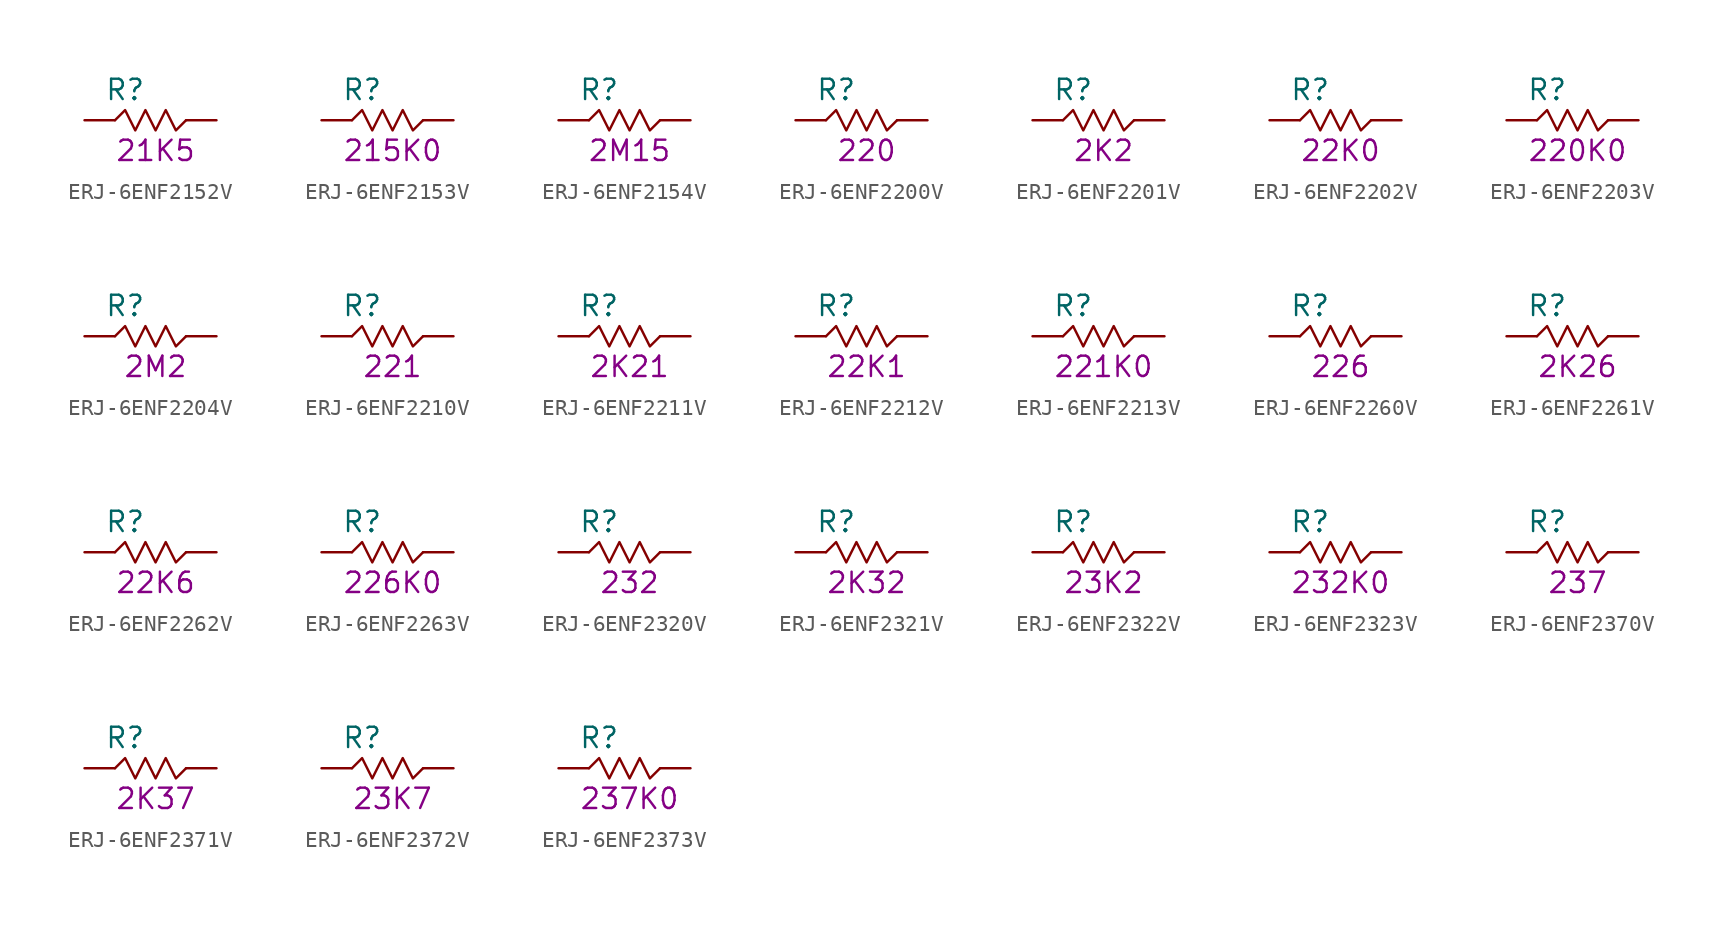
<source format=kicad_sym>
(kicad_symbol_lib
  (version 20211014)
  (generator KiCadLib_py)
  (symbol "ERJ-6ENF2152V"
    (pin_numbers hide)
    (pin_names hide)
    (property "Reference" "R"
      (at -1.905 1.905 0)
      (effects (font (size 1.27 1.27))))
    (property "Val" "21K5"
      (at 0 -1.905 0)
      (effects (font (size 1.27 1.27))))
    (symbol "ERJ-6ENF2152V_0_1"
      (polyline (pts (xy -2.54 0) (xy -1.905 0.635) (xy -1.27 -0.635) (xy -0.635 0.635) (xy 0 -0.635) (xy 0.635 0.635) (xy 1.27 -0.635) (xy 1.905 0)) (stroke (width 0) (type default) (color 0 0 0 0)) (fill (type none))))
    (symbol "ERJ-6ENF2152V_1_1"
      (pin passive line (at -4.445 0 0) (length 1.905) (name "~" (effects (font (size 1.27 1.27)))) (number "1" (effects (font (size 1.27 1.27)))))
      (pin passive line (at 3.81 0 180) (length 1.905) (name "~" (effects (font (size 1.27 1.27)))) (number "2" (effects (font (size 1.27 1.27)))))))
  (symbol "ERJ-6ENF2153V"
    (pin_numbers hide)
    (pin_names hide)
    (property "Reference" "R"
      (at -1.905 1.905 0)
      (effects (font (size 1.27 1.27))))
    (property "Val" "215K0"
      (at 0 -1.905 0)
      (effects (font (size 1.27 1.27))))
    (symbol "ERJ-6ENF2153V_0_1"
      (polyline (pts (xy -2.54 0) (xy -1.905 0.635) (xy -1.27 -0.635) (xy -0.635 0.635) (xy 0 -0.635) (xy 0.635 0.635) (xy 1.27 -0.635) (xy 1.905 0)) (stroke (width 0) (type default) (color 0 0 0 0)) (fill (type none))))
    (symbol "ERJ-6ENF2153V_1_1"
      (pin passive line (at -4.445 0 0) (length 1.905) (name "~" (effects (font (size 1.27 1.27)))) (number "1" (effects (font (size 1.27 1.27)))))
      (pin passive line (at 3.81 0 180) (length 1.905) (name "~" (effects (font (size 1.27 1.27)))) (number "2" (effects (font (size 1.27 1.27)))))))
  (symbol "ERJ-6ENF2154V"
    (pin_numbers hide)
    (pin_names hide)
    (property "Reference" "R"
      (at -1.905 1.905 0)
      (effects (font (size 1.27 1.27))))
    (property "Val" "2M15"
      (at 0 -1.905 0)
      (effects (font (size 1.27 1.27))))
    (symbol "ERJ-6ENF2154V_0_1"
      (polyline (pts (xy -2.54 0) (xy -1.905 0.635) (xy -1.27 -0.635) (xy -0.635 0.635) (xy 0 -0.635) (xy 0.635 0.635) (xy 1.27 -0.635) (xy 1.905 0)) (stroke (width 0) (type default) (color 0 0 0 0)) (fill (type none))))
    (symbol "ERJ-6ENF2154V_1_1"
      (pin passive line (at -4.445 0 0) (length 1.905) (name "~" (effects (font (size 1.27 1.27)))) (number "1" (effects (font (size 1.27 1.27)))))
      (pin passive line (at 3.81 0 180) (length 1.905) (name "~" (effects (font (size 1.27 1.27)))) (number "2" (effects (font (size 1.27 1.27)))))))
  (symbol "ERJ-6ENF2200V"
    (pin_numbers hide)
    (pin_names hide)
    (property "Reference" "R"
      (at -1.905 1.905 0)
      (effects (font (size 1.27 1.27))))
    (property "Val" "220"
      (at 0 -1.905 0)
      (effects (font (size 1.27 1.27))))
    (symbol "ERJ-6ENF2200V_0_1"
      (polyline (pts (xy -2.54 0) (xy -1.905 0.635) (xy -1.27 -0.635) (xy -0.635 0.635) (xy 0 -0.635) (xy 0.635 0.635) (xy 1.27 -0.635) (xy 1.905 0)) (stroke (width 0) (type default) (color 0 0 0 0)) (fill (type none))))
    (symbol "ERJ-6ENF2200V_1_1"
      (pin passive line (at -4.445 0 0) (length 1.905) (name "~" (effects (font (size 1.27 1.27)))) (number "1" (effects (font (size 1.27 1.27)))))
      (pin passive line (at 3.81 0 180) (length 1.905) (name "~" (effects (font (size 1.27 1.27)))) (number "2" (effects (font (size 1.27 1.27)))))))
  (symbol "ERJ-6ENF2201V"
    (pin_numbers hide)
    (pin_names hide)
    (property "Reference" "R"
      (at -1.905 1.905 0)
      (effects (font (size 1.27 1.27))))
    (property "Val" "2K2"
      (at 0 -1.905 0)
      (effects (font (size 1.27 1.27))))
    (symbol "ERJ-6ENF2201V_0_1"
      (polyline (pts (xy -2.54 0) (xy -1.905 0.635) (xy -1.27 -0.635) (xy -0.635 0.635) (xy 0 -0.635) (xy 0.635 0.635) (xy 1.27 -0.635) (xy 1.905 0)) (stroke (width 0) (type default) (color 0 0 0 0)) (fill (type none))))
    (symbol "ERJ-6ENF2201V_1_1"
      (pin passive line (at -4.445 0 0) (length 1.905) (name "~" (effects (font (size 1.27 1.27)))) (number "1" (effects (font (size 1.27 1.27)))))
      (pin passive line (at 3.81 0 180) (length 1.905) (name "~" (effects (font (size 1.27 1.27)))) (number "2" (effects (font (size 1.27 1.27)))))))
  (symbol "ERJ-6ENF2202V"
    (pin_numbers hide)
    (pin_names hide)
    (property "Reference" "R"
      (at -1.905 1.905 0)
      (effects (font (size 1.27 1.27))))
    (property "Val" "22K0"
      (at 0 -1.905 0)
      (effects (font (size 1.27 1.27))))
    (symbol "ERJ-6ENF2202V_0_1"
      (polyline (pts (xy -2.54 0) (xy -1.905 0.635) (xy -1.27 -0.635) (xy -0.635 0.635) (xy 0 -0.635) (xy 0.635 0.635) (xy 1.27 -0.635) (xy 1.905 0)) (stroke (width 0) (type default) (color 0 0 0 0)) (fill (type none))))
    (symbol "ERJ-6ENF2202V_1_1"
      (pin passive line (at -4.445 0 0) (length 1.905) (name "~" (effects (font (size 1.27 1.27)))) (number "1" (effects (font (size 1.27 1.27)))))
      (pin passive line (at 3.81 0 180) (length 1.905) (name "~" (effects (font (size 1.27 1.27)))) (number "2" (effects (font (size 1.27 1.27)))))))
  (symbol "ERJ-6ENF2203V"
    (pin_numbers hide)
    (pin_names hide)
    (property "Reference" "R"
      (at -1.905 1.905 0)
      (effects (font (size 1.27 1.27))))
    (property "Val" "220K0"
      (at 0 -1.905 0)
      (effects (font (size 1.27 1.27))))
    (symbol "ERJ-6ENF2203V_0_1"
      (polyline (pts (xy -2.54 0) (xy -1.905 0.635) (xy -1.27 -0.635) (xy -0.635 0.635) (xy 0 -0.635) (xy 0.635 0.635) (xy 1.27 -0.635) (xy 1.905 0)) (stroke (width 0) (type default) (color 0 0 0 0)) (fill (type none))))
    (symbol "ERJ-6ENF2203V_1_1"
      (pin passive line (at -4.445 0 0) (length 1.905) (name "~" (effects (font (size 1.27 1.27)))) (number "1" (effects (font (size 1.27 1.27)))))
      (pin passive line (at 3.81 0 180) (length 1.905) (name "~" (effects (font (size 1.27 1.27)))) (number "2" (effects (font (size 1.27 1.27)))))))
  (symbol "ERJ-6ENF2204V"
    (pin_numbers hide)
    (pin_names hide)
    (property "Reference" "R"
      (at -1.905 1.905 0)
      (effects (font (size 1.27 1.27))))
    (property "Val" "2M2"
      (at 0 -1.905 0)
      (effects (font (size 1.27 1.27))))
    (symbol "ERJ-6ENF2204V_0_1"
      (polyline (pts (xy -2.54 0) (xy -1.905 0.635) (xy -1.27 -0.635) (xy -0.635 0.635) (xy 0 -0.635) (xy 0.635 0.635) (xy 1.27 -0.635) (xy 1.905 0)) (stroke (width 0) (type default) (color 0 0 0 0)) (fill (type none))))
    (symbol "ERJ-6ENF2204V_1_1"
      (pin passive line (at -4.445 0 0) (length 1.905) (name "~" (effects (font (size 1.27 1.27)))) (number "1" (effects (font (size 1.27 1.27)))))
      (pin passive line (at 3.81 0 180) (length 1.905) (name "~" (effects (font (size 1.27 1.27)))) (number "2" (effects (font (size 1.27 1.27)))))))
  (symbol "ERJ-6ENF2210V"
    (pin_numbers hide)
    (pin_names hide)
    (property "Reference" "R"
      (at -1.905 1.905 0)
      (effects (font (size 1.27 1.27))))
    (property "Val" "221"
      (at 0 -1.905 0)
      (effects (font (size 1.27 1.27))))
    (symbol "ERJ-6ENF2210V_0_1"
      (polyline (pts (xy -2.54 0) (xy -1.905 0.635) (xy -1.27 -0.635) (xy -0.635 0.635) (xy 0 -0.635) (xy 0.635 0.635) (xy 1.27 -0.635) (xy 1.905 0)) (stroke (width 0) (type default) (color 0 0 0 0)) (fill (type none))))
    (symbol "ERJ-6ENF2210V_1_1"
      (pin passive line (at -4.445 0 0) (length 1.905) (name "~" (effects (font (size 1.27 1.27)))) (number "1" (effects (font (size 1.27 1.27)))))
      (pin passive line (at 3.81 0 180) (length 1.905) (name "~" (effects (font (size 1.27 1.27)))) (number "2" (effects (font (size 1.27 1.27)))))))
  (symbol "ERJ-6ENF2211V"
    (pin_numbers hide)
    (pin_names hide)
    (property "Reference" "R"
      (at -1.905 1.905 0)
      (effects (font (size 1.27 1.27))))
    (property "Val" "2K21"
      (at 0 -1.905 0)
      (effects (font (size 1.27 1.27))))
    (symbol "ERJ-6ENF2211V_0_1"
      (polyline (pts (xy -2.54 0) (xy -1.905 0.635) (xy -1.27 -0.635) (xy -0.635 0.635) (xy 0 -0.635) (xy 0.635 0.635) (xy 1.27 -0.635) (xy 1.905 0)) (stroke (width 0) (type default) (color 0 0 0 0)) (fill (type none))))
    (symbol "ERJ-6ENF2211V_1_1"
      (pin passive line (at -4.445 0 0) (length 1.905) (name "~" (effects (font (size 1.27 1.27)))) (number "1" (effects (font (size 1.27 1.27)))))
      (pin passive line (at 3.81 0 180) (length 1.905) (name "~" (effects (font (size 1.27 1.27)))) (number "2" (effects (font (size 1.27 1.27)))))))
  (symbol "ERJ-6ENF2212V"
    (pin_numbers hide)
    (pin_names hide)
    (property "Reference" "R"
      (at -1.905 1.905 0)
      (effects (font (size 1.27 1.27))))
    (property "Val" "22K1"
      (at 0 -1.905 0)
      (effects (font (size 1.27 1.27))))
    (symbol "ERJ-6ENF2212V_0_1"
      (polyline (pts (xy -2.54 0) (xy -1.905 0.635) (xy -1.27 -0.635) (xy -0.635 0.635) (xy 0 -0.635) (xy 0.635 0.635) (xy 1.27 -0.635) (xy 1.905 0)) (stroke (width 0) (type default) (color 0 0 0 0)) (fill (type none))))
    (symbol "ERJ-6ENF2212V_1_1"
      (pin passive line (at -4.445 0 0) (length 1.905) (name "~" (effects (font (size 1.27 1.27)))) (number "1" (effects (font (size 1.27 1.27)))))
      (pin passive line (at 3.81 0 180) (length 1.905) (name "~" (effects (font (size 1.27 1.27)))) (number "2" (effects (font (size 1.27 1.27)))))))
  (symbol "ERJ-6ENF2213V"
    (pin_numbers hide)
    (pin_names hide)
    (property "Reference" "R"
      (at -1.905 1.905 0)
      (effects (font (size 1.27 1.27))))
    (property "Val" "221K0"
      (at 0 -1.905 0)
      (effects (font (size 1.27 1.27))))
    (symbol "ERJ-6ENF2213V_0_1"
      (polyline (pts (xy -2.54 0) (xy -1.905 0.635) (xy -1.27 -0.635) (xy -0.635 0.635) (xy 0 -0.635) (xy 0.635 0.635) (xy 1.27 -0.635) (xy 1.905 0)) (stroke (width 0) (type default) (color 0 0 0 0)) (fill (type none))))
    (symbol "ERJ-6ENF2213V_1_1"
      (pin passive line (at -4.445 0 0) (length 1.905) (name "~" (effects (font (size 1.27 1.27)))) (number "1" (effects (font (size 1.27 1.27)))))
      (pin passive line (at 3.81 0 180) (length 1.905) (name "~" (effects (font (size 1.27 1.27)))) (number "2" (effects (font (size 1.27 1.27)))))))
  (symbol "ERJ-6ENF2260V"
    (pin_numbers hide)
    (pin_names hide)
    (property "Reference" "R"
      (at -1.905 1.905 0)
      (effects (font (size 1.27 1.27))))
    (property "Val" "226"
      (at 0 -1.905 0)
      (effects (font (size 1.27 1.27))))
    (symbol "ERJ-6ENF2260V_0_1"
      (polyline (pts (xy -2.54 0) (xy -1.905 0.635) (xy -1.27 -0.635) (xy -0.635 0.635) (xy 0 -0.635) (xy 0.635 0.635) (xy 1.27 -0.635) (xy 1.905 0)) (stroke (width 0) (type default) (color 0 0 0 0)) (fill (type none))))
    (symbol "ERJ-6ENF2260V_1_1"
      (pin passive line (at -4.445 0 0) (length 1.905) (name "~" (effects (font (size 1.27 1.27)))) (number "1" (effects (font (size 1.27 1.27)))))
      (pin passive line (at 3.81 0 180) (length 1.905) (name "~" (effects (font (size 1.27 1.27)))) (number "2" (effects (font (size 1.27 1.27)))))))
  (symbol "ERJ-6ENF2261V"
    (pin_numbers hide)
    (pin_names hide)
    (property "Reference" "R"
      (at -1.905 1.905 0)
      (effects (font (size 1.27 1.27))))
    (property "Val" "2K26"
      (at 0 -1.905 0)
      (effects (font (size 1.27 1.27))))
    (symbol "ERJ-6ENF2261V_0_1"
      (polyline (pts (xy -2.54 0) (xy -1.905 0.635) (xy -1.27 -0.635) (xy -0.635 0.635) (xy 0 -0.635) (xy 0.635 0.635) (xy 1.27 -0.635) (xy 1.905 0)) (stroke (width 0) (type default) (color 0 0 0 0)) (fill (type none))))
    (symbol "ERJ-6ENF2261V_1_1"
      (pin passive line (at -4.445 0 0) (length 1.905) (name "~" (effects (font (size 1.27 1.27)))) (number "1" (effects (font (size 1.27 1.27)))))
      (pin passive line (at 3.81 0 180) (length 1.905) (name "~" (effects (font (size 1.27 1.27)))) (number "2" (effects (font (size 1.27 1.27)))))))
  (symbol "ERJ-6ENF2262V"
    (pin_numbers hide)
    (pin_names hide)
    (property "Reference" "R"
      (at -1.905 1.905 0)
      (effects (font (size 1.27 1.27))))
    (property "Val" "22K6"
      (at 0 -1.905 0)
      (effects (font (size 1.27 1.27))))
    (symbol "ERJ-6ENF2262V_0_1"
      (polyline (pts (xy -2.54 0) (xy -1.905 0.635) (xy -1.27 -0.635) (xy -0.635 0.635) (xy 0 -0.635) (xy 0.635 0.635) (xy 1.27 -0.635) (xy 1.905 0)) (stroke (width 0) (type default) (color 0 0 0 0)) (fill (type none))))
    (symbol "ERJ-6ENF2262V_1_1"
      (pin passive line (at -4.445 0 0) (length 1.905) (name "~" (effects (font (size 1.27 1.27)))) (number "1" (effects (font (size 1.27 1.27)))))
      (pin passive line (at 3.81 0 180) (length 1.905) (name "~" (effects (font (size 1.27 1.27)))) (number "2" (effects (font (size 1.27 1.27)))))))
  (symbol "ERJ-6ENF2263V"
    (pin_numbers hide)
    (pin_names hide)
    (property "Reference" "R"
      (at -1.905 1.905 0)
      (effects (font (size 1.27 1.27))))
    (property "Val" "226K0"
      (at 0 -1.905 0)
      (effects (font (size 1.27 1.27))))
    (symbol "ERJ-6ENF2263V_0_1"
      (polyline (pts (xy -2.54 0) (xy -1.905 0.635) (xy -1.27 -0.635) (xy -0.635 0.635) (xy 0 -0.635) (xy 0.635 0.635) (xy 1.27 -0.635) (xy 1.905 0)) (stroke (width 0) (type default) (color 0 0 0 0)) (fill (type none))))
    (symbol "ERJ-6ENF2263V_1_1"
      (pin passive line (at -4.445 0 0) (length 1.905) (name "~" (effects (font (size 1.27 1.27)))) (number "1" (effects (font (size 1.27 1.27)))))
      (pin passive line (at 3.81 0 180) (length 1.905) (name "~" (effects (font (size 1.27 1.27)))) (number "2" (effects (font (size 1.27 1.27)))))))
  (symbol "ERJ-6ENF2320V"
    (pin_numbers hide)
    (pin_names hide)
    (property "Reference" "R"
      (at -1.905 1.905 0)
      (effects (font (size 1.27 1.27))))
    (property "Val" "232"
      (at 0 -1.905 0)
      (effects (font (size 1.27 1.27))))
    (symbol "ERJ-6ENF2320V_0_1"
      (polyline (pts (xy -2.54 0) (xy -1.905 0.635) (xy -1.27 -0.635) (xy -0.635 0.635) (xy 0 -0.635) (xy 0.635 0.635) (xy 1.27 -0.635) (xy 1.905 0)) (stroke (width 0) (type default) (color 0 0 0 0)) (fill (type none))))
    (symbol "ERJ-6ENF2320V_1_1"
      (pin passive line (at -4.445 0 0) (length 1.905) (name "~" (effects (font (size 1.27 1.27)))) (number "1" (effects (font (size 1.27 1.27)))))
      (pin passive line (at 3.81 0 180) (length 1.905) (name "~" (effects (font (size 1.27 1.27)))) (number "2" (effects (font (size 1.27 1.27)))))))
  (symbol "ERJ-6ENF2321V"
    (pin_numbers hide)
    (pin_names hide)
    (property "Reference" "R"
      (at -1.905 1.905 0)
      (effects (font (size 1.27 1.27))))
    (property "Val" "2K32"
      (at 0 -1.905 0)
      (effects (font (size 1.27 1.27))))
    (symbol "ERJ-6ENF2321V_0_1"
      (polyline (pts (xy -2.54 0) (xy -1.905 0.635) (xy -1.27 -0.635) (xy -0.635 0.635) (xy 0 -0.635) (xy 0.635 0.635) (xy 1.27 -0.635) (xy 1.905 0)) (stroke (width 0) (type default) (color 0 0 0 0)) (fill (type none))))
    (symbol "ERJ-6ENF2321V_1_1"
      (pin passive line (at -4.445 0 0) (length 1.905) (name "~" (effects (font (size 1.27 1.27)))) (number "1" (effects (font (size 1.27 1.27)))))
      (pin passive line (at 3.81 0 180) (length 1.905) (name "~" (effects (font (size 1.27 1.27)))) (number "2" (effects (font (size 1.27 1.27)))))))
  (symbol "ERJ-6ENF2322V"
    (pin_numbers hide)
    (pin_names hide)
    (property "Reference" "R"
      (at -1.905 1.905 0)
      (effects (font (size 1.27 1.27))))
    (property "Val" "23K2"
      (at 0 -1.905 0)
      (effects (font (size 1.27 1.27))))
    (symbol "ERJ-6ENF2322V_0_1"
      (polyline (pts (xy -2.54 0) (xy -1.905 0.635) (xy -1.27 -0.635) (xy -0.635 0.635) (xy 0 -0.635) (xy 0.635 0.635) (xy 1.27 -0.635) (xy 1.905 0)) (stroke (width 0) (type default) (color 0 0 0 0)) (fill (type none))))
    (symbol "ERJ-6ENF2322V_1_1"
      (pin passive line (at -4.445 0 0) (length 1.905) (name "~" (effects (font (size 1.27 1.27)))) (number "1" (effects (font (size 1.27 1.27)))))
      (pin passive line (at 3.81 0 180) (length 1.905) (name "~" (effects (font (size 1.27 1.27)))) (number "2" (effects (font (size 1.27 1.27)))))))
  (symbol "ERJ-6ENF2323V"
    (pin_numbers hide)
    (pin_names hide)
    (property "Reference" "R"
      (at -1.905 1.905 0)
      (effects (font (size 1.27 1.27))))
    (property "Val" "232K0"
      (at 0 -1.905 0)
      (effects (font (size 1.27 1.27))))
    (symbol "ERJ-6ENF2323V_0_1"
      (polyline (pts (xy -2.54 0) (xy -1.905 0.635) (xy -1.27 -0.635) (xy -0.635 0.635) (xy 0 -0.635) (xy 0.635 0.635) (xy 1.27 -0.635) (xy 1.905 0)) (stroke (width 0) (type default) (color 0 0 0 0)) (fill (type none))))
    (symbol "ERJ-6ENF2323V_1_1"
      (pin passive line (at -4.445 0 0) (length 1.905) (name "~" (effects (font (size 1.27 1.27)))) (number "1" (effects (font (size 1.27 1.27)))))
      (pin passive line (at 3.81 0 180) (length 1.905) (name "~" (effects (font (size 1.27 1.27)))) (number "2" (effects (font (size 1.27 1.27)))))))
  (symbol "ERJ-6ENF2370V"
    (pin_numbers hide)
    (pin_names hide)
    (property "Reference" "R"
      (at -1.905 1.905 0)
      (effects (font (size 1.27 1.27))))
    (property "Val" "237"
      (at 0 -1.905 0)
      (effects (font (size 1.27 1.27))))
    (symbol "ERJ-6ENF2370V_0_1"
      (polyline (pts (xy -2.54 0) (xy -1.905 0.635) (xy -1.27 -0.635) (xy -0.635 0.635) (xy 0 -0.635) (xy 0.635 0.635) (xy 1.27 -0.635) (xy 1.905 0)) (stroke (width 0) (type default) (color 0 0 0 0)) (fill (type none))))
    (symbol "ERJ-6ENF2370V_1_1"
      (pin passive line (at -4.445 0 0) (length 1.905) (name "~" (effects (font (size 1.27 1.27)))) (number "1" (effects (font (size 1.27 1.27)))))
      (pin passive line (at 3.81 0 180) (length 1.905) (name "~" (effects (font (size 1.27 1.27)))) (number "2" (effects (font (size 1.27 1.27)))))))
  (symbol "ERJ-6ENF2371V"
    (pin_numbers hide)
    (pin_names hide)
    (property "Reference" "R"
      (at -1.905 1.905 0)
      (effects (font (size 1.27 1.27))))
    (property "Val" "2K37"
      (at 0 -1.905 0)
      (effects (font (size 1.27 1.27))))
    (symbol "ERJ-6ENF2371V_0_1"
      (polyline (pts (xy -2.54 0) (xy -1.905 0.635) (xy -1.27 -0.635) (xy -0.635 0.635) (xy 0 -0.635) (xy 0.635 0.635) (xy 1.27 -0.635) (xy 1.905 0)) (stroke (width 0) (type default) (color 0 0 0 0)) (fill (type none))))
    (symbol "ERJ-6ENF2371V_1_1"
      (pin passive line (at -4.445 0 0) (length 1.905) (name "~" (effects (font (size 1.27 1.27)))) (number "1" (effects (font (size 1.27 1.27)))))
      (pin passive line (at 3.81 0 180) (length 1.905) (name "~" (effects (font (size 1.27 1.27)))) (number "2" (effects (font (size 1.27 1.27)))))))
  (symbol "ERJ-6ENF2372V"
    (pin_numbers hide)
    (pin_names hide)
    (property "Reference" "R"
      (at -1.905 1.905 0)
      (effects (font (size 1.27 1.27))))
    (property "Val" "23K7"
      (at 0 -1.905 0)
      (effects (font (size 1.27 1.27))))
    (symbol "ERJ-6ENF2372V_0_1"
      (polyline (pts (xy -2.54 0) (xy -1.905 0.635) (xy -1.27 -0.635) (xy -0.635 0.635) (xy 0 -0.635) (xy 0.635 0.635) (xy 1.27 -0.635) (xy 1.905 0)) (stroke (width 0) (type default) (color 0 0 0 0)) (fill (type none))))
    (symbol "ERJ-6ENF2372V_1_1"
      (pin passive line (at -4.445 0 0) (length 1.905) (name "~" (effects (font (size 1.27 1.27)))) (number "1" (effects (font (size 1.27 1.27)))))
      (pin passive line (at 3.81 0 180) (length 1.905) (name "~" (effects (font (size 1.27 1.27)))) (number "2" (effects (font (size 1.27 1.27)))))))
  (symbol "ERJ-6ENF2373V"
    (pin_numbers hide)
    (pin_names hide)
    (property "Reference" "R"
      (at -1.905 1.905 0)
      (effects (font (size 1.27 1.27))))
    (property "Val" "237K0"
      (at 0 -1.905 0)
      (effects (font (size 1.27 1.27))))
    (symbol "ERJ-6ENF2373V_0_1"
      (polyline (pts (xy -2.54 0) (xy -1.905 0.635) (xy -1.27 -0.635) (xy -0.635 0.635) (xy 0 -0.635) (xy 0.635 0.635) (xy 1.27 -0.635) (xy 1.905 0)) (stroke (width 0) (type default) (color 0 0 0 0)) (fill (type none))))
    (symbol "ERJ-6ENF2373V_1_1"
      (pin passive line (at -4.445 0 0) (length 1.905) (name "~" (effects (font (size 1.27 1.27)))) (number "1" (effects (font (size 1.27 1.27)))))
      (pin passive line (at 3.81 0 180) (length 1.905) (name "~" (effects (font (size 1.27 1.27)))) (number "2" (effects (font (size 1.27 1.27))))))))
</source>
